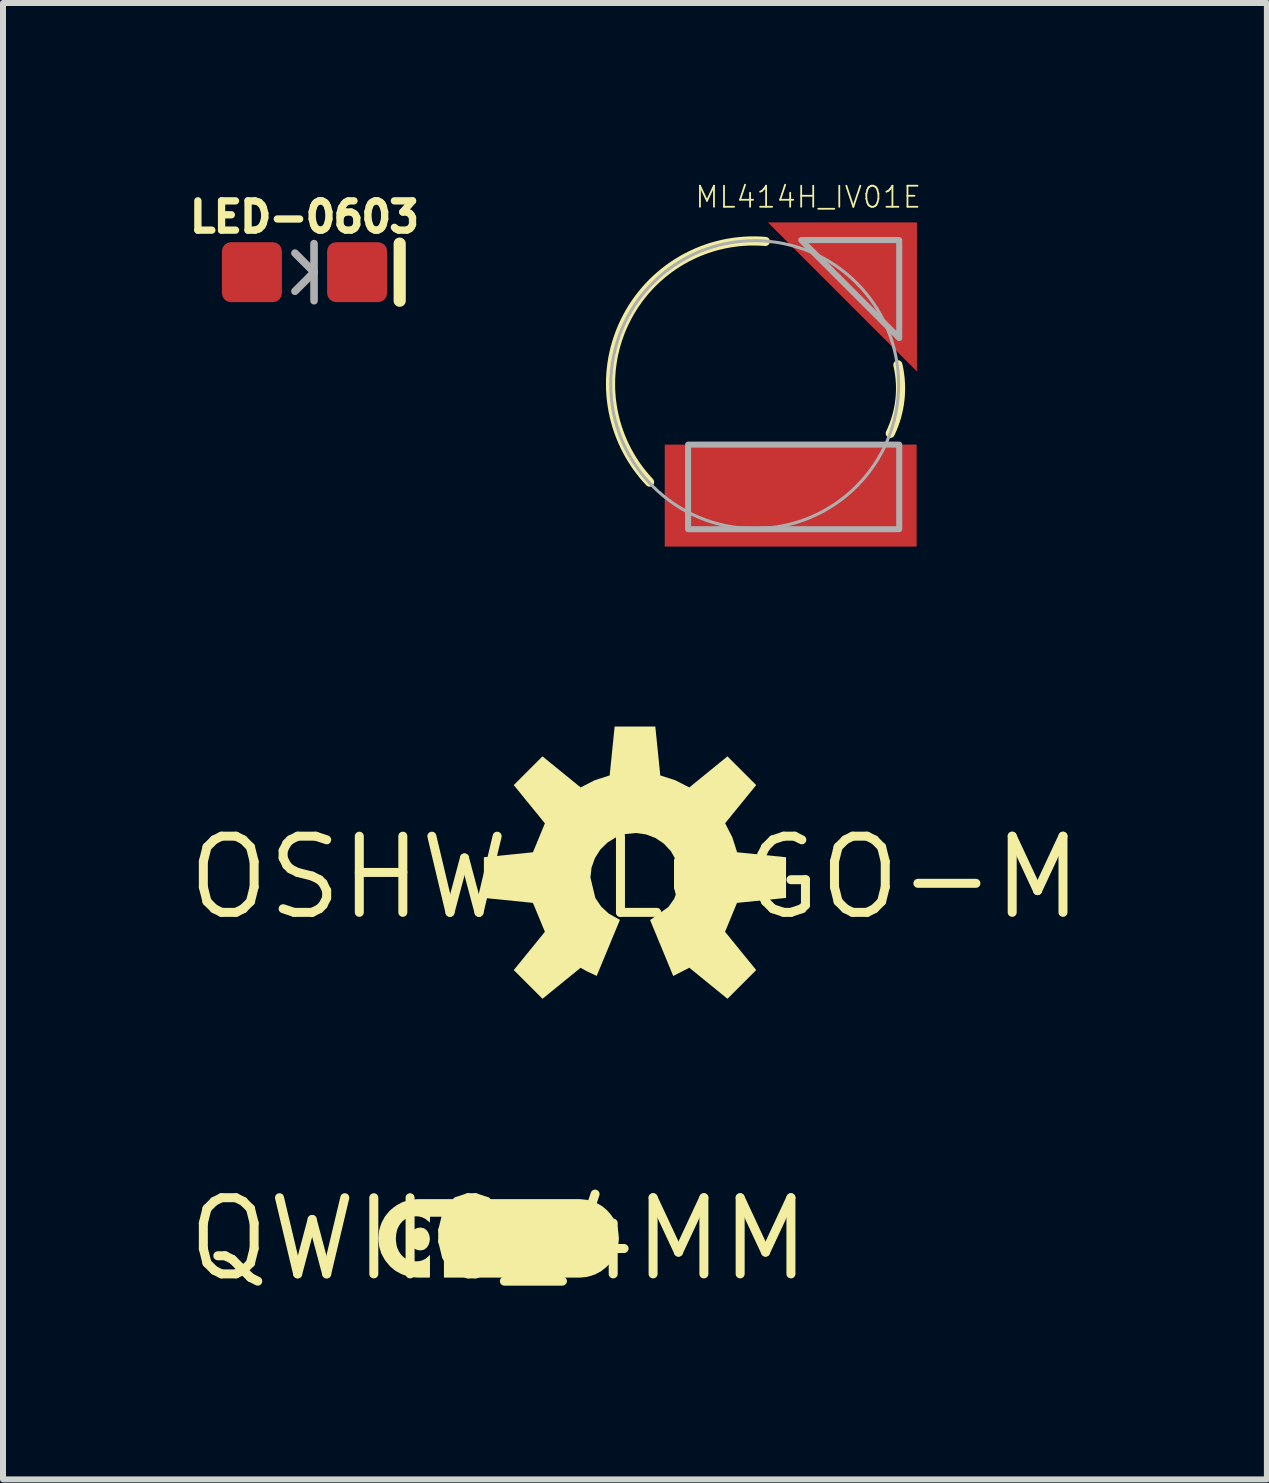
<source format=kicad_pcb>
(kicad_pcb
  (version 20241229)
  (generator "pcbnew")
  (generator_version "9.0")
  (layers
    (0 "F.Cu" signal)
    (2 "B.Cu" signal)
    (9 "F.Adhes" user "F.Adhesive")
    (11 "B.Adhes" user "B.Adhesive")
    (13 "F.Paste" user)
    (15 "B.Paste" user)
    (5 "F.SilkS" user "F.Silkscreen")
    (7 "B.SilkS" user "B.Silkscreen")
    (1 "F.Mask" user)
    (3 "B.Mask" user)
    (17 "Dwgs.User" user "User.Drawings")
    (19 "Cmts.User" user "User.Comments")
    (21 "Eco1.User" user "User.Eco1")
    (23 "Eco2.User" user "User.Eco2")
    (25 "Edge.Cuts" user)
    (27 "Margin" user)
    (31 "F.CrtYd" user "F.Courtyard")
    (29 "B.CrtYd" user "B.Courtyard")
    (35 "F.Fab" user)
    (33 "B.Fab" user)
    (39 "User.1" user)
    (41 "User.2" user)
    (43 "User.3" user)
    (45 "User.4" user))
  (footprint "LED-0603"
    (layer "F.Cu")
    (at 2.027 1.488)
    (property "Reference" "LED-0603" (at 0 -0.635 0) (layer "F.SilkS") (effects (font (size 0.488 0.488) (thickness 0.122)) (justify bottom)))
    (fp_line (start 1.587 -0.476) (end 1.587 0.476) (stroke (width 0.203) (type solid)) (layer "F.SilkS"))
    (fp_line (start 0.159 -0.476) (end 0.159 0) (stroke (width 0.127) (type solid)) (layer "F.Fab"))
    (fp_line (start 0.159 0) (end -0.159 -0.318) (stroke (width 0.127) (type solid)) (layer "F.Fab"))
    (fp_line (start 0.159 0) (end -0.159 0.318) (stroke (width 0.127) (type solid)) (layer "F.Fab"))
    (fp_line (start 0.159 0) (end 0.159 0.476) (stroke (width 0.127) (type solid)) (layer "F.Fab"))
    (pad "A" smd roundrect (at -0.877 0 270) (size 1 1) (layers "F.Cu" "F.Mask" "F.Paste") (roundrect_rratio 0.15))
    (pad "C" smd roundrect (at 0.877 0 270) (size 1 1) (layers "F.Cu" "F.Mask" "F.Paste") (roundrect_rratio 0.15)))
  (footprint "QWIIC_4MM"
    (layer "F.Cu")
    (at 5.269 17.61)
    (property "Reference" "QWIIC_4MM" (at 0 0 0) (layer "F.SilkS") (effects (font (size 1.27 1.27) (thickness 0.15))))
    (fp_poly (pts (xy -1.253 -0.182) (xy -1.208 -0.151) (xy -1.177 -0.107) (xy -1.159 -0.058) (xy -1.151 -0.004) (xy -1.158 0.049) (xy -1.175 0.099) (xy -1.205 0.143) (xy -1.249 0.176) (xy -1.302 0.188) (xy -1.356 0.183) (xy -1.405 0.162) (xy -1.445 0.126) (xy -1.471 0.079) (xy -1.481 0.026) (xy -1.481 -0.027) (xy -1.473 -0.08) (xy -1.447 -0.128) (xy -1.408 -0.165) (xy -1.359 -0.187) (xy -1.306 -0.193)) (stroke (width 0) (type default)) (fill yes) (layer "F.SilkS"))
    (fp_poly (pts (xy 1.366 -0.665) (xy 1.472 -0.654) (xy 1.574 -0.624) (xy 1.623 -0.604) (xy 1.717 -0.552) (xy 1.799 -0.484) (xy 1.835 -0.444) (xy 1.869 -0.403) (xy 1.9 -0.359) (xy 1.95 -0.265) (xy 1.982 -0.163) (xy 1.991 -0.11) (xy 2 -0.004) (xy 1.989 0.103) (xy 1.977 0.154) (xy 1.961 0.205) (xy 1.942 0.255) (xy 1.891 0.35) (xy 1.824 0.432) (xy 1.786 0.47) (xy 1.702 0.536) (xy 1.608 0.587) (xy 1.507 0.62) (xy 1.454 0.632) (xy 1.348 0.642) (xy -0.916 0.642) (xy -0.917 0.617) (xy -0.919 -0.342) (xy -0.92 -0.342) (xy -0.919 -0.373) (xy -1.149 -0.373) (xy -1.15 -0.351) (xy -1.15 -0.277) (xy -1.185 -0.304) (xy -1.226 -0.337) (xy -1.271 -0.36) (xy -1.321 -0.375) (xy -1.372 -0.381) (xy -1.424 -0.378) (xy -1.475 -0.369) (xy -1.525 -0.353) (xy -1.57 -0.328) (xy -1.61 -0.295) (xy -1.644 -0.256) (xy -1.672 -0.213) (xy -1.694 -0.166) (xy -1.707 -0.115) (xy -1.715 -0.064) (xy -1.719 -0.012) (xy -1.716 0.041) (xy -1.709 0.092) (xy -1.696 0.143) (xy -1.675 0.191) (xy -1.649 0.235) (xy -1.616 0.276) (xy -1.578 0.31) (xy -1.533 0.336) (xy -1.484 0.354) (xy -1.434 0.366) (xy -1.382 0.371) (xy -1.33 0.367) (xy -1.28 0.355) (xy -1.234 0.333) (xy -1.193 0.302) (xy -1.15 0.262) (xy -1.15 0.595) (xy -1.152 0.642) (xy -1.327 0.642) (xy -1.38 0.64) (xy -1.486 0.629) (xy -1.589 0.598) (xy -1.638 0.577) (xy -1.731 0.525) (xy -1.813 0.456) (xy -1.882 0.375) (xy -1.912 0.331) (xy -1.962 0.237) (xy -1.994 0.134) (xy -2.002 0.082) (xy -2.008 0.029) (xy -2.011 -0.025) (xy -2 -0.131) (xy -1.987 -0.183) (xy -1.971 -0.234) (xy -1.952 -0.283) (xy -1.901 -0.377) (xy -1.833 -0.46) (xy -1.794 -0.497) (xy -1.753 -0.531) (xy -1.71 -0.562) (xy -1.616 -0.614) (xy -1.514 -0.646) (xy -1.462 -0.657) (xy -1.356 -0.667) (xy 1.346 -0.667)) (stroke (width 0) (type default)) (fill yes) (layer "F.SilkS")))
  (footprint "OSHW-LOGO-M"
    (layer "F.Cu")
    (at 7.537 11.582)
    (property "Reference" "OSHW-LOGO-M" (at 0 0 0) (layer "F.SilkS") (effects (font (size 1.27 1.27) (thickness 0.15))))
    (fp_poly (pts (xy 0.422 -1.703) (xy 0.672 -1.623) (xy 0.906 -1.503) (xy 1.542 -2.021) (xy 2.021 -1.542) (xy 1.503 -0.906) (xy 1.623 -0.672) (xy 1.703 -0.422) (xy 2.519 -0.339) (xy 2.519 0.339) (xy 1.701 0.422) (xy 1.502 0.904) (xy 2.021 1.542) (xy 1.542 2.021) (xy 0.906 1.503) (xy 0.638 1.641) (xy 0.252 0.708) (xy 0.558 0.49) (xy 0.653 0.354) (xy 0.716 0.197) (xy 0.742 0.031) (xy 0.73 -0.137) (xy 0.68 -0.298) (xy 0.596 -0.444) (xy 0.48 -0.567) (xy 0.34 -0.661) (xy 0.182 -0.72) (xy 0.015 -0.743) (xy -0.152 -0.727) (xy -0.312 -0.674) (xy -0.456 -0.586) (xy -0.577 -0.468) (xy -0.667 -0.326) (xy -0.724 -0.167) (xy -0.743 -0.002) (xy -0.661 0.339) (xy -0.565 0.482) (xy -0.437 0.601) (xy -0.251 0.705) (xy -0.638 1.639) (xy -0.804 1.562) (xy -0.907 1.504) (xy -1.542 2.021) (xy -2.021 1.542) (xy -1.502 0.904) (xy -1.701 0.422) (xy -2.519 0.339) (xy -2.519 -0.339) (xy -1.701 -0.422) (xy -1.502 -0.904) (xy -2.021 -1.542) (xy -1.542 -2.021) (xy -0.906 -1.503) (xy -0.672 -1.623) (xy -0.422 -1.703) (xy -0.339 -2.519) (xy 0.339 -2.519)) (stroke (width 0) (type default)) (fill yes) (layer "F.SilkS")))
  (footprint "ML414H_IV01E"
    (layer "F.Cu")
    (at 9.533 3.363)
    (property "Reference" "ML414H_IV01E" (at -1.016 -2.921 0) (layer "F.SilkS") (effects (font (size 0.351 0.351) (thickness 0.03)) (justify left bottom)))
    (fp_poly (pts (xy 2.705 -0.22) (xy 0.22 -2.705) (xy 2.705 -2.705)) (stroke (width 0) (type default)) (fill yes) (layer "F.Cu"))
    (fp_poly (pts (xy 2.705 -0.22) (xy 0.22 -2.705) (xy 2.705 -2.705)) (stroke (width 0) (type default)) (fill yes) (layer "F.Mask"))
    (fp_poly (pts (xy -1.5 2.7) (xy 2.7 2.7) (xy 2.7 1) (xy -1.5 1)) (stroke (width 0) (type default)) (fill yes) (layer "F.Mask"))
    (fp_arc (start -1.752599 1.625602) (mid -2.167967 -1.045069) (end 0.1778 -2.3876) (stroke (width 0.1524) (type solid)) (layer "F.SilkS"))
    (fp_arc (start 2.3876 -0.3302) (mid 2.42159 0.252132) (end 2.260599 0.8128) (stroke (width 0.1524) (type solid)) (layer "F.SilkS"))
    (fp_poly (pts (xy 2.705 -0.22) (xy 0.22 -2.705) (xy 2.705 -2.705)) (stroke (width 0) (type default)) (fill yes) (layer "F.Paste"))
    (fp_poly (pts (xy -1.5 2.7) (xy 2.7 2.7) (xy 2.7 1) (xy -1.5 1)) (stroke (width 0) (type default)) (fill yes) (layer "F.Paste"))
    (fp_circle (center 0 0) (end 2.4 0) (stroke (width 0.051) (type solid)) (fill no) (layer "F.Fab"))
    (fp_poly (pts (xy 2.41 -0.776) (xy 0.776 -2.41) (xy 2.41 -2.41)) (stroke (width 0.1) (type default)) (fill no) (layer "F.Fab"))
    (fp_poly (pts (xy 2.41 2.41) (xy -1.11 2.41) (xy -1.11 1) (xy 2.41 1)) (stroke (width 0.1) (type default)) (fill no) (layer "F.Fab"))
    (pad "+" smd rect (at 2.022 -2.032) (size 1 1) (layers "F.Cu"))
    (pad "-" smd rect (at 0.6 1.85) (size 4.2 1.7) (layers "F.Cu")))
  (gr_rect
    (start -3 -3)
    (end 18.073 21.616)
    (stroke (width 0.1) (type default))
    (fill no)
    (layer "Edge.Cuts")))
</source>
